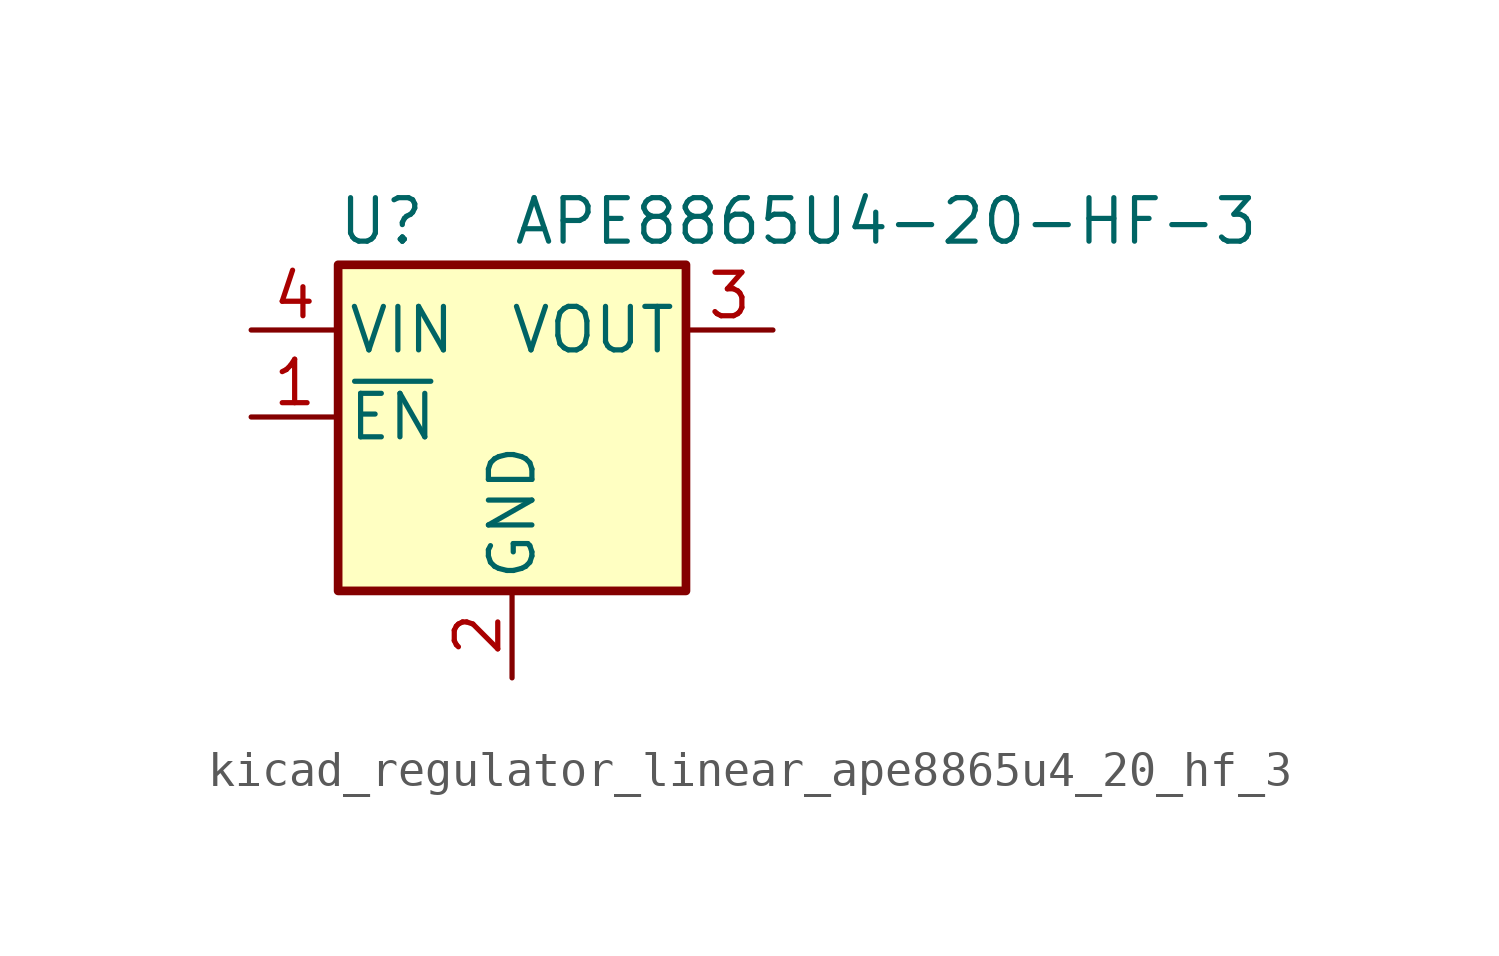
<source format=kicad_sym>
(kicad_symbol_lib
  (version 20220914)
  (generator kicad_symbol_editor)
  (symbol "kicad_regulator_linear_ape8865u4_20_hf_3"
    (pin_names
      (offset 0.254))
    (property "Reference" "U"
      (at -3.81 5.715 0)
      (effects (font (size 1.27 1.27))))
    (property "Value" "APE8865U4-20-HF-3"
      (at 0 5.715 0)
      (effects (font (size 1.27 1.27)) (justify left)))
    (symbol "kicad_regulator_linear_ape8865u4_20_hf_3_0_1"
      (rectangle (start -5.08 4.445) (end 5.08 -5.08) (stroke (width 0.254) (type default)) (fill (type background))))
    (symbol "kicad_regulator_linear_ape8865u4_20_hf_3_1_1"
      (pin input line (at -7.62 0 0) (length 2.54) (name "~{EN}" (effects (font (size 1.27 1.27)))) (number "1" (effects (font (size 1.27 1.27)))))
      (pin power_in line (at 0 -7.62 90) (length 2.54) (name "GND" (effects (font (size 1.27 1.27)))) (number "2" (effects (font (size 1.27 1.27)))))
      (pin power_out line (at 7.62 2.54 180) (length 2.54) (name "VOUT" (effects (font (size 1.27 1.27)))) (number "3" (effects (font (size 1.27 1.27)))))
      (pin power_in line (at -7.62 2.54 0) (length 2.54) (name "VIN" (effects (font (size 1.27 1.27)))) (number "4" (effects (font (size 1.27 1.27))))))))
</source>
